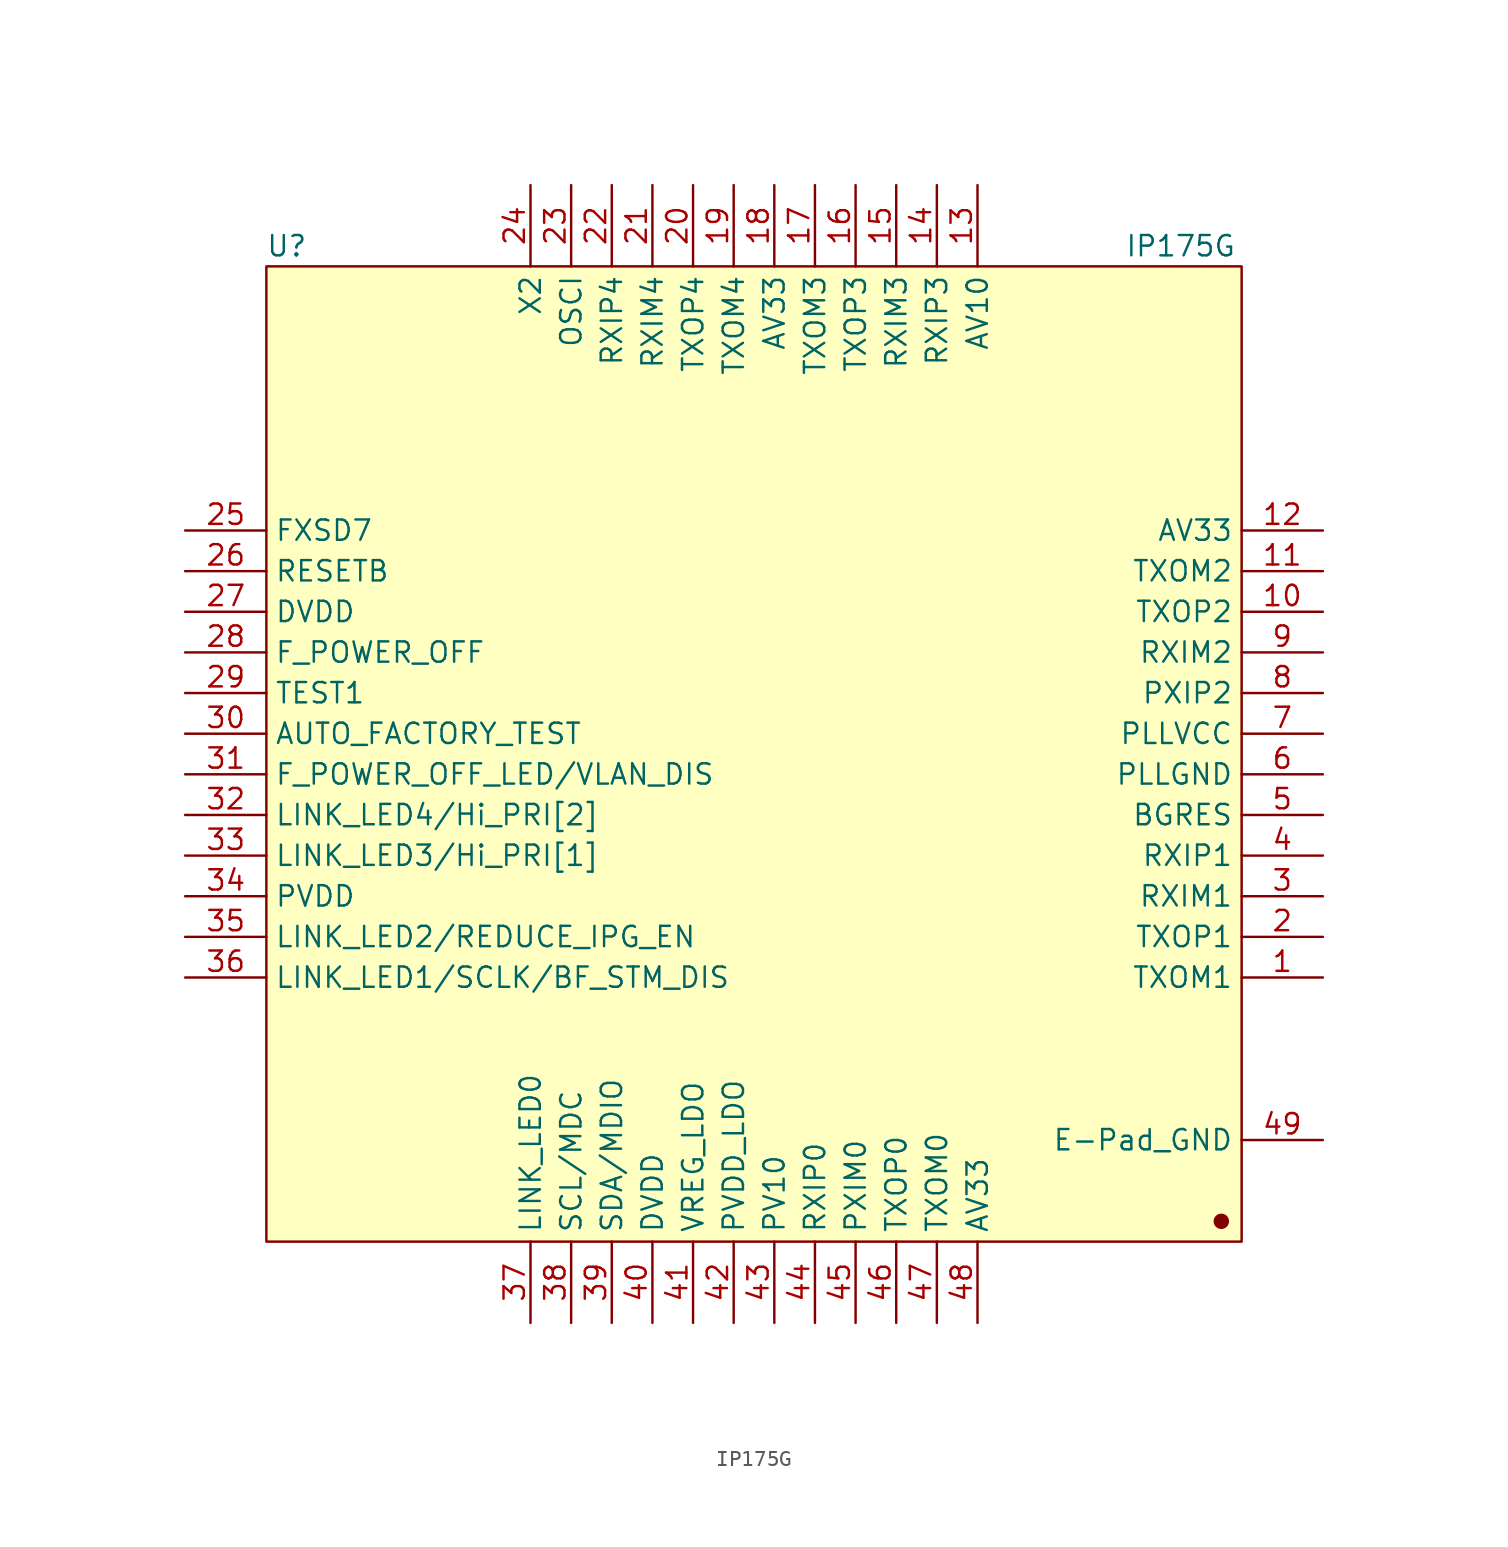
<source format=kicad_sym>
(kicad_symbol_lib
  (version 20220914)
  (generator kicad_symbol_editor)
  (symbol "IP175G"
    (property "Reference" "U"
      (at -29.21 31.75 0)
      (effects (font (size 1.27 1.27))))
    (property "Value" "IP175G"
      (at 26.67 31.75 0)
      (effects (font (size 1.27 1.27))))
    (symbol "IP175G_1_0"
      (pin unspecified line (at 35.56 -13.97 180) (length 5.08) (name "TXOM1" (effects (font (size 1.27 1.27)))) (number "1" (effects (font (size 1.27 1.27)))))
      (pin unspecified line (at 35.56 8.89 180) (length 5.08) (name "TXOP2" (effects (font (size 1.27 1.27)))) (number "10" (effects (font (size 1.27 1.27)))))
      (pin unspecified line (at 35.56 11.43 180) (length 5.08) (name "TXOM2" (effects (font (size 1.27 1.27)))) (number "11" (effects (font (size 1.27 1.27)))))
      (pin unspecified line (at 35.56 13.97 180) (length 5.08) (name "AV33" (effects (font (size 1.27 1.27)))) (number "12" (effects (font (size 1.27 1.27)))))
      (pin unspecified line (at 13.97 35.56 270) (length 5.08) (name "AV10" (effects (font (size 1.27 1.27)))) (number "13" (effects (font (size 1.27 1.27)))))
      (pin unspecified line (at 11.43 35.56 270) (length 5.08) (name "RXIP3" (effects (font (size 1.27 1.27)))) (number "14" (effects (font (size 1.27 1.27)))))
      (pin unspecified line (at 8.89 35.56 270) (length 5.08) (name "RXIM3" (effects (font (size 1.27 1.27)))) (number "15" (effects (font (size 1.27 1.27)))))
      (pin unspecified line (at 6.35 35.56 270) (length 5.08) (name "TXOP3" (effects (font (size 1.27 1.27)))) (number "16" (effects (font (size 1.27 1.27)))))
      (pin unspecified line (at 3.81 35.56 270) (length 5.08) (name "TXOM3" (effects (font (size 1.27 1.27)))) (number "17" (effects (font (size 1.27 1.27)))))
      (pin unspecified line (at 1.27 35.56 270) (length 5.08) (name "AV33" (effects (font (size 1.27 1.27)))) (number "18" (effects (font (size 1.27 1.27)))))
      (pin unspecified line (at -1.27 35.56 270) (length 5.08) (name "TXOM4" (effects (font (size 1.27 1.27)))) (number "19" (effects (font (size 1.27 1.27)))))
      (pin unspecified line (at 35.56 -11.43 180) (length 5.08) (name "TXOP1" (effects (font (size 1.27 1.27)))) (number "2" (effects (font (size 1.27 1.27)))))
      (pin unspecified line (at -3.81 35.56 270) (length 5.08) (name "TXOP4" (effects (font (size 1.27 1.27)))) (number "20" (effects (font (size 1.27 1.27)))))
      (pin unspecified line (at -6.35 35.56 270) (length 5.08) (name "RXIM4" (effects (font (size 1.27 1.27)))) (number "21" (effects (font (size 1.27 1.27)))))
      (pin unspecified line (at -8.89 35.56 270) (length 5.08) (name "RXIP4" (effects (font (size 1.27 1.27)))) (number "22" (effects (font (size 1.27 1.27)))))
      (pin unspecified line (at -11.43 35.56 270) (length 5.08) (name "OSCI" (effects (font (size 1.27 1.27)))) (number "23" (effects (font (size 1.27 1.27)))))
      (pin unspecified line (at -13.97 35.56 270) (length 5.08) (name "X2" (effects (font (size 1.27 1.27)))) (number "24" (effects (font (size 1.27 1.27)))))
      (pin unspecified line (at -35.56 13.97 0) (length 5.08) (name "FXSD7" (effects (font (size 1.27 1.27)))) (number "25" (effects (font (size 1.27 1.27)))))
      (pin unspecified line (at -35.56 11.43 0) (length 5.08) (name "RESETB" (effects (font (size 1.27 1.27)))) (number "26" (effects (font (size 1.27 1.27)))))
      (pin unspecified line (at -35.56 8.89 0) (length 5.08) (name "DVDD" (effects (font (size 1.27 1.27)))) (number "27" (effects (font (size 1.27 1.27)))))
      (pin unspecified line (at -35.56 6.35 0) (length 5.08) (name "F_POWER_OFF" (effects (font (size 1.27 1.27)))) (number "28" (effects (font (size 1.27 1.27)))))
      (pin unspecified line (at -35.56 3.81 0) (length 5.08) (name "TEST1" (effects (font (size 1.27 1.27)))) (number "29" (effects (font (size 1.27 1.27)))))
      (pin unspecified line (at 35.56 -8.89 180) (length 5.08) (name "RXIM1" (effects (font (size 1.27 1.27)))) (number "3" (effects (font (size 1.27 1.27)))))
      (pin unspecified line (at -35.56 1.27 0) (length 5.08) (name "AUTO_FACTORY_TEST" (effects (font (size 1.27 1.27)))) (number "30" (effects (font (size 1.27 1.27)))))
      (pin unspecified line (at -35.56 -1.27 0) (length 5.08) (name "F_POWER_OFF_LED/VLAN_DIS" (effects (font (size 1.27 1.27)))) (number "31" (effects (font (size 1.27 1.27)))))
      (pin unspecified line (at -35.56 -3.81 0) (length 5.08) (name "LINK_LED4/Hi_PRI[2]" (effects (font (size 1.27 1.27)))) (number "32" (effects (font (size 1.27 1.27)))))
      (pin unspecified line (at -35.56 -6.35 0) (length 5.08) (name "LINK_LED3/Hi_PRI[1]" (effects (font (size 1.27 1.27)))) (number "33" (effects (font (size 1.27 1.27)))))
      (pin unspecified line (at -35.56 -8.89 0) (length 5.08) (name "PVDD" (effects (font (size 1.27 1.27)))) (number "34" (effects (font (size 1.27 1.27)))))
      (pin unspecified line (at -35.56 -11.43 0) (length 5.08) (name "LINK_LED2/REDUCE_IPG_EN" (effects (font (size 1.27 1.27)))) (number "35" (effects (font (size 1.27 1.27)))))
      (pin unspecified line (at -35.56 -13.97 0) (length 5.08) (name "LINK_LED1/SCLK/BF_STM_DIS" (effects (font (size 1.27 1.27)))) (number "36" (effects (font (size 1.27 1.27)))))
      (pin unspecified line (at -13.97 -35.56 90) (length 5.08) (name "LINK_LED0" (effects (font (size 1.27 1.27)))) (number "37" (effects (font (size 1.27 1.27)))))
      (pin unspecified line (at -11.43 -35.56 90) (length 5.08) (name "SCL/MDC" (effects (font (size 1.27 1.27)))) (number "38" (effects (font (size 1.27 1.27)))))
      (pin unspecified line (at -8.89 -35.56 90) (length 5.08) (name "SDA/MDIO" (effects (font (size 1.27 1.27)))) (number "39" (effects (font (size 1.27 1.27)))))
      (pin unspecified line (at 35.56 -6.35 180) (length 5.08) (name "RXIP1" (effects (font (size 1.27 1.27)))) (number "4" (effects (font (size 1.27 1.27)))))
      (pin unspecified line (at -6.35 -35.56 90) (length 5.08) (name "DVDD" (effects (font (size 1.27 1.27)))) (number "40" (effects (font (size 1.27 1.27)))))
      (pin unspecified line (at -3.81 -35.56 90) (length 5.08) (name "VREG_LDO" (effects (font (size 1.27 1.27)))) (number "41" (effects (font (size 1.27 1.27)))))
      (pin unspecified line (at -1.27 -35.56 90) (length 5.08) (name "PVDD_LDO" (effects (font (size 1.27 1.27)))) (number "42" (effects (font (size 1.27 1.27)))))
      (pin unspecified line (at 1.27 -35.56 90) (length 5.08) (name "PV10" (effects (font (size 1.27 1.27)))) (number "43" (effects (font (size 1.27 1.27)))))
      (pin unspecified line (at 3.81 -35.56 90) (length 5.08) (name "RXIP0" (effects (font (size 1.27 1.27)))) (number "44" (effects (font (size 1.27 1.27)))))
      (pin unspecified line (at 6.35 -35.56 90) (length 5.08) (name "PXIM0" (effects (font (size 1.27 1.27)))) (number "45" (effects (font (size 1.27 1.27)))))
      (pin unspecified line (at 8.89 -35.56 90) (length 5.08) (name "TXOP0" (effects (font (size 1.27 1.27)))) (number "46" (effects (font (size 1.27 1.27)))))
      (pin unspecified line (at 11.43 -35.56 90) (length 5.08) (name "TXOM0" (effects (font (size 1.27 1.27)))) (number "47" (effects (font (size 1.27 1.27)))))
      (pin unspecified line (at 13.97 -35.56 90) (length 5.08) (name "AV33" (effects (font (size 1.27 1.27)))) (number "48" (effects (font (size 1.27 1.27)))))
      (pin power_in line (at 35.56 -24.13 180) (length 5.08) (name "E-Pad_GND" (effects (font (size 1.27 1.27)))) (number "49" (effects (font (size 1.27 1.27)))))
      (pin unspecified line (at 35.56 -3.81 180) (length 5.08) (name "BGRES" (effects (font (size 1.27 1.27)))) (number "5" (effects (font (size 1.27 1.27)))))
      (pin unspecified line (at 35.56 -1.27 180) (length 5.08) (name "PLLGND" (effects (font (size 1.27 1.27)))) (number "6" (effects (font (size 1.27 1.27)))))
      (pin unspecified line (at 35.56 1.27 180) (length 5.08) (name "PLLVCC" (effects (font (size 1.27 1.27)))) (number "7" (effects (font (size 1.27 1.27)))))
      (pin unspecified line (at 35.56 3.81 180) (length 5.08) (name "PXIP2" (effects (font (size 1.27 1.27)))) (number "8" (effects (font (size 1.27 1.27)))))
      (pin unspecified line (at 35.56 6.35 180) (length 5.08) (name "RXIM2" (effects (font (size 1.27 1.27)))) (number "9" (effects (font (size 1.27 1.27))))))
    (symbol "IP175G_1_1"
      (rectangle (start -30.48 30.48) (end 30.48 -30.48) (stroke (width 0) (type default)) (fill (type background)))
      (circle (center 29.21 -29.21) (radius 0.406) (stroke (width 0) (type default)) (fill (type outline))))))
</source>
